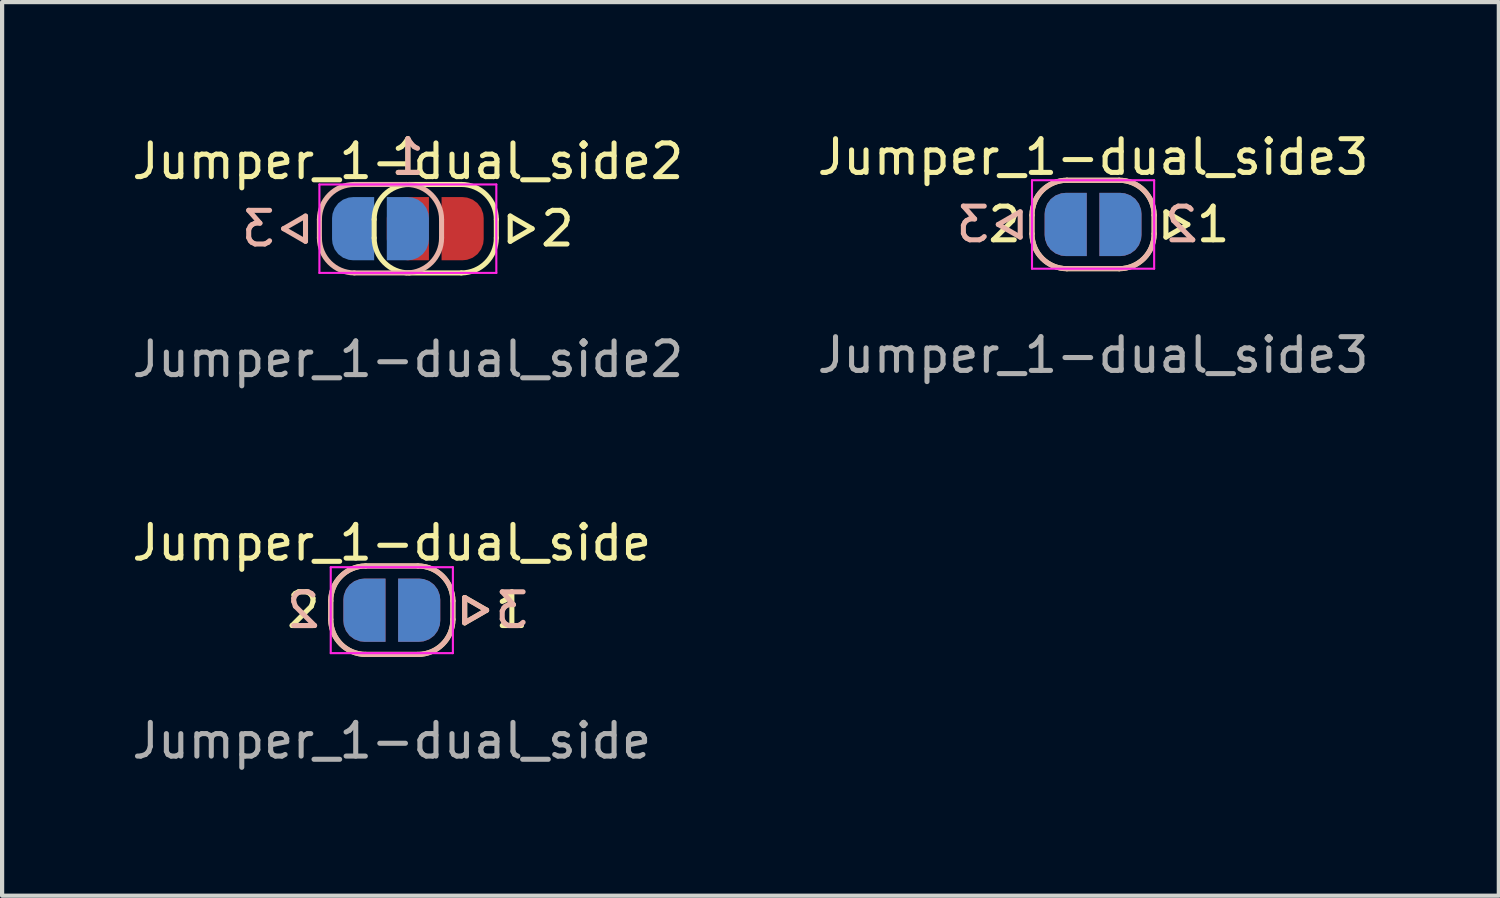
<source format=kicad_pcb>
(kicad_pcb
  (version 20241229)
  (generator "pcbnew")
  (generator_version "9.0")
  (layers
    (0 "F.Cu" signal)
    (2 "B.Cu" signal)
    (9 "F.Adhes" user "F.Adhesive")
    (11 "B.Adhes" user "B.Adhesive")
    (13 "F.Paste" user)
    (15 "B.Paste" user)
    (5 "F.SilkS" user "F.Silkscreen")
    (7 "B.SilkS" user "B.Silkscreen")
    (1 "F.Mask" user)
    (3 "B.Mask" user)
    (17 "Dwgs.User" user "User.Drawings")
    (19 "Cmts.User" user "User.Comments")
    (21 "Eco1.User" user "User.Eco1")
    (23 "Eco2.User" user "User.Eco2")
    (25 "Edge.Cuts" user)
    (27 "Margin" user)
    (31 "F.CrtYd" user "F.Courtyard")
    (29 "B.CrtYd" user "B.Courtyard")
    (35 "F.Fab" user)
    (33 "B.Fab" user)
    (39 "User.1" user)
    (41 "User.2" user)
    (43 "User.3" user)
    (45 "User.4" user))
  (footprint "Jumper_1-dual_side2"
    (layer "F.Cu")
    (at 6.633 2.379)
    (property "Reference" "Jumper_1-dual_side2" (at 0 -1.6 180) (layer "F.SilkS") (effects (font (size 0.8 0.8) (thickness 0.12))))
    (attr through_hole)
    (fp_line (start -0.8 -0.22) (end -0.8 0.22) (stroke (width 0.12) (type default)) (layer "F.SilkS"))
    (fp_line (start 1.27 -1.05) (end 0.03 -1.05) (stroke (width 0.12) (type default)) (layer "F.SilkS"))
    (fp_line (start 1.27 1.05) (end 0.03 1.05) (stroke (width 0.12) (type default)) (layer "F.SilkS"))
    (fp_line (start 2.1 -0.22) (end 2.1 0.22) (stroke (width 0.12) (type default)) (layer "F.SilkS"))
    (fp_line (start 2.43 -0.3) (end 2.95 0) (stroke (width 0.12) (type default)) (layer "F.SilkS"))
    (fp_line (start 2.43 0.3) (end 2.43 -0.3) (stroke (width 0.12) (type default)) (layer "F.SilkS"))
    (fp_line (start 2.43 0.3) (end 2.95 0) (stroke (width 0.12) (type default)) (layer "F.SilkS"))
    (fp_arc (start -0.8 -0.22) (mid -0.556899 -0.806899) (end 0.03 -1.05) (stroke (width 0.12) (type default)) (layer "F.SilkS"))
    (fp_arc (start 0.03 1.05) (mid -0.556899 0.806899) (end -0.8 0.22) (stroke (width 0.12) (type default)) (layer "F.SilkS"))
    (fp_arc (start 1.27 -1.05) (mid 1.8569 -0.806899) (end 2.1 -0.22) (stroke (width 0.12) (type default)) (layer "F.SilkS"))
    (fp_arc (start 2.1 0.22) (mid 1.856899 0.806899) (end 1.27 1.05) (stroke (width 0.12) (type default)) (layer "F.SilkS"))
    (fp_line (start -2.43 -0.3) (end -2.95 0) (stroke (width 0.12) (type default)) (layer "B.SilkS"))
    (fp_line (start -2.43 0.3) (end -2.95 0) (stroke (width 0.12) (type default)) (layer "B.SilkS"))
    (fp_line (start -2.43 0.3) (end -2.43 -0.3) (stroke (width 0.12) (type default)) (layer "B.SilkS"))
    (fp_line (start -2.1 -0.22) (end -2.1 0.22) (stroke (width 0.12) (type default)) (layer "B.SilkS"))
    (fp_line (start -1.27 -1.05) (end -0.03 -1.05) (stroke (width 0.12) (type default)) (layer "B.SilkS"))
    (fp_line (start -1.27 1.05) (end -0.03 1.05) (stroke (width 0.12) (type default)) (layer "B.SilkS"))
    (fp_line (start 0.8 -0.22) (end 0.8 0.22) (stroke (width 0.12) (type default)) (layer "B.SilkS"))
    (fp_arc (start -2.1 -0.22) (mid -1.856899 -0.806899) (end -1.27 -1.05) (stroke (width 0.12) (type default)) (layer "B.SilkS"))
    (fp_arc (start -1.27 1.05) (mid -1.856899 0.806899) (end -2.1 0.22) (stroke (width 0.12) (type default)) (layer "B.SilkS"))
    (fp_arc (start -0.03 -1.05) (mid 0.556899 -0.806899) (end 0.8 -0.22) (stroke (width 0.12) (type default)) (layer "B.SilkS"))
    (fp_arc (start 0.8 0.22) (mid 0.556899 0.806899) (end -0.03 1.05) (stroke (width 0.12) (type default)) (layer "B.SilkS"))
    (fp_line (start -2.1 -1.05) (end -2.1 1.05) (stroke (width 0.05) (type solid)) (layer "F.CrtYd"))
    (fp_line (start -2.1 1.05) (end 2.1 1.05) (stroke (width 0.05) (type default)) (layer "F.CrtYd"))
    (fp_line (start 2.1 -1.05) (end -2.1 -1.05) (stroke (width 0.05) (type default)) (layer "F.CrtYd"))
    (fp_line (start 2.1 -1.05) (end 2.1 1.05) (stroke (width 0.05) (type solid)) (layer "F.CrtYd"))
    (fp_text user "1" (at 0 -1.7 0) (layer "F.SilkS") (effects (font (size 0.8 0.8) (thickness 0.12))))
    (fp_text user "2" (at 3.55 0 0) (layer "F.SilkS") (effects (font (size 0.8 0.8) (thickness 0.12))))
    (fp_text user "1" (at 0 -1.7 0) (layer "B.SilkS") (effects (font (size 0.8 0.8) (thickness 0.12)) (justify mirror)))
    (fp_text user "3" (at -3.55 0 180) (layer "B.SilkS") (effects (font (size 0.8 0.8) (thickness 0.12)) (justify mirror)))
    (fp_text user "${REFERENCE}" (at 0 3.1 180) (layer "F.Fab") (effects (font (size 0.8 0.8) (thickness 0.12))))
    (pad "1" smd roundrect (at 0 0 180) (size 1 1.5) (layers "F.Cu" "F.Mask" "F.Paste") (roundrect_rratio 0.5) (chamfer_ratio 0) (chamfer top_left bottom_left))
    (pad "1" smd roundrect (at 0 0 180) (size 1 1.5) (layers "B.Cu" "B.Mask" "B.Paste") (roundrect_rratio 0.5) (chamfer_ratio 0) (chamfer top_right bottom_right))
    (pad "2" smd roundrect (at 1.3 0) (size 1 1.5) (layers "F.Cu" "F.Mask" "F.Paste") (roundrect_rratio 0.5) (chamfer_ratio 0) (chamfer top_left bottom_left))
    (pad "3" smd roundrect (at -1.3 0) (size 1 1.5) (layers "B.Cu" "B.Mask" "B.Paste") (roundrect_rratio 0.5) (chamfer_ratio 0) (chamfer top_right bottom_right)))
  (footprint "Jumper_1-dual_side3"
    (layer "F.Cu")
    (at 22.9 2.279)
    (property "Reference" "Jumper_1-dual_side3" (at 0 -1.6 180) (layer "F.SilkS") (effects (font (size 0.8 0.8) (thickness 0.12))))
    (attr exclude_from_pos_files exclude_from_bom allow_soldermask_bridges)
    (fp_rect (start -0.15 -0.75) (end 0.15 0.75) (stroke (width 0) (type default)) (fill yes) (layer "F.Mask"))
    (fp_rect (start -0.15 -0.75) (end 0.15 0.75) (stroke (width 0) (type default)) (fill yes) (layer "B.Mask"))
    (fp_line (start -1.45 -0.22) (end -1.45 0.22) (stroke (width 0.12) (type default)) (layer "F.SilkS"))
    (fp_line (start 0.62 -1.05) (end -0.62 -1.05) (stroke (width 0.12) (type default)) (layer "F.SilkS"))
    (fp_line (start 0.62 1.05) (end -0.62 1.05) (stroke (width 0.12) (type default)) (layer "F.SilkS"))
    (fp_line (start 1.45 -0.22) (end 1.45 0.22) (stroke (width 0.12) (type default)) (layer "F.SilkS"))
    (fp_line (start 1.73 -0.3) (end 2.25 0) (stroke (width 0.12) (type default)) (layer "F.SilkS"))
    (fp_line (start 1.73 0.3) (end 1.73 -0.3) (stroke (width 0.12) (type default)) (layer "F.SilkS"))
    (fp_line (start 1.73 0.3) (end 2.25 0) (stroke (width 0.12) (type default)) (layer "F.SilkS"))
    (fp_arc (start -1.45 -0.22) (mid -1.206899 -0.806899) (end -0.62 -1.05) (stroke (width 0.12) (type default)) (layer "F.SilkS"))
    (fp_arc (start -0.62 1.05) (mid -1.206899 0.806899) (end -1.45 0.22) (stroke (width 0.12) (type default)) (layer "F.SilkS"))
    (fp_arc (start 0.62 -1.05) (mid 1.206899 -0.806899) (end 1.45 -0.22) (stroke (width 0.12) (type default)) (layer "F.SilkS"))
    (fp_arc (start 1.45 0.22) (mid 1.206899 0.806899) (end 0.62 1.05) (stroke (width 0.12) (type default)) (layer "F.SilkS"))
    (fp_line (start -1.73 -0.3) (end -2.25 0) (stroke (width 0.12) (type default)) (layer "B.SilkS"))
    (fp_line (start -1.73 -0.3) (end -1.73 0.3) (stroke (width 0.12) (type default)) (layer "B.SilkS"))
    (fp_line (start -1.73 0.3) (end -2.25 0) (stroke (width 0.12) (type default)) (layer "B.SilkS"))
    (fp_line (start -1.45 -0.22) (end -1.45 0.22) (stroke (width 0.12) (type default)) (layer "B.SilkS"))
    (fp_line (start -0.62 -1.05) (end 0.62 -1.05) (stroke (width 0.12) (type default)) (layer "B.SilkS"))
    (fp_line (start -0.62 1.05) (end 0.62 1.05) (stroke (width 0.12) (type default)) (layer "B.SilkS"))
    (fp_line (start 1.45 -0.22) (end 1.45 0.22) (stroke (width 0.12) (type default)) (layer "B.SilkS"))
    (fp_arc (start -1.45 -0.22) (mid -1.206899 -0.806899) (end -0.62 -1.05) (stroke (width 0.12) (type default)) (layer "B.SilkS"))
    (fp_arc (start -0.62 1.05) (mid -1.206899 0.806899) (end -1.45 0.22) (stroke (width 0.12) (type default)) (layer "B.SilkS"))
    (fp_arc (start 0.62 -1.05) (mid 1.206899 -0.806899) (end 1.45 -0.22) (stroke (width 0.12) (type default)) (layer "B.SilkS"))
    (fp_arc (start 1.45 0.22) (mid 1.206899 0.806899) (end 0.62 1.05) (stroke (width 0.12) (type default)) (layer "B.SilkS"))
    (fp_line (start -1.45 -1.05) (end -1.45 1.05) (stroke (width 0.05) (type solid)) (layer "F.CrtYd"))
    (fp_line (start -1.45 1.05) (end 1.45 1.05) (stroke (width 0.05) (type default)) (layer "F.CrtYd"))
    (fp_line (start 1.45 -1.05) (end -1.45 -1.05) (stroke (width 0.05) (type default)) (layer "F.CrtYd"))
    (fp_line (start 1.45 -1.05) (end 1.45 1.05) (stroke (width 0.05) (type solid)) (layer "F.CrtYd"))
    (fp_text user "1" (at 2.85 0 0) (layer "F.SilkS") (effects (font (size 0.8 0.8) (thickness 0.12))))
    (fp_text user "2" (at -2.1 0 0) (layer "F.SilkS") (effects (font (size 0.8 0.8) (thickness 0.12))))
    (fp_text user "2" (at 2.1 0 0) (layer "B.SilkS") (effects (font (size 0.8 0.8) (thickness 0.12)) (justify mirror)))
    (fp_text user "3" (at -2.85 0 0) (layer "B.SilkS") (effects (font (size 0.8 0.8) (thickness 0.12)) (justify mirror)))
    (fp_text user "${REFERENCE}" (at 0 3.1 180) (layer "F.Fab") (effects (font (size 0.8 0.8) (thickness 0.12))))
    (pad "1" smd roundrect (at 0.65 0 180) (size 1 1.5) (layers "F.Cu" "F.Mask") (roundrect_rratio 0.5) (chamfer_ratio 0) (chamfer top_right bottom_right))
    (pad "2" smd roundrect (at -0.65 0) (size 1 1.5) (layers "F.Cu" "F.Mask") (roundrect_rratio 0.5) (chamfer_ratio 0) (chamfer top_right bottom_right))
    (pad "2" smd roundrect (at 0.65 0) (size 1 1.5) (layers "B.Cu" "B.Mask") (roundrect_rratio 0.5) (chamfer_ratio 0) (chamfer top_left bottom_left))
    (pad "3" smd roundrect (at -0.65 0 180) (size 1 1.5) (layers "B.Cu" "B.Mask") (roundrect_rratio 0.5) (chamfer_ratio 0) (chamfer top_left bottom_left)))
  (footprint "Jumper_1-dual_side"
    (layer "F.Cu")
    (at 6.252 11.436)
    (property "Reference" "Jumper_1-dual_side" (at 0 -1.6 180) (layer "F.SilkS") (effects (font (size 0.8 0.8) (thickness 0.12))))
    (attr exclude_from_pos_files exclude_from_bom)
    (fp_rect (start -0.15 -0.75) (end 0.15 0.75) (stroke (width 0) (type default)) (fill yes) (layer "F.Mask"))
    (fp_rect (start -0.15 -0.75) (end 0.15 0.75) (stroke (width 0) (type default)) (fill yes) (layer "B.Mask"))
    (fp_line (start -1.45 -0.22) (end -1.45 0.22) (stroke (width 0.12) (type default)) (layer "F.SilkS"))
    (fp_line (start 0.62 -1.05) (end -0.62 -1.05) (stroke (width 0.12) (type default)) (layer "F.SilkS"))
    (fp_line (start 0.62 1.05) (end -0.62 1.05) (stroke (width 0.12) (type default)) (layer "F.SilkS"))
    (fp_line (start 1.45 -0.22) (end 1.45 0.22) (stroke (width 0.12) (type default)) (layer "F.SilkS"))
    (fp_line (start 1.73 -0.3) (end 2.25 0) (stroke (width 0.12) (type default)) (layer "F.SilkS"))
    (fp_line (start 1.73 0.3) (end 1.73 -0.3) (stroke (width 0.12) (type default)) (layer "F.SilkS"))
    (fp_line (start 1.73 0.3) (end 2.25 0) (stroke (width 0.12) (type default)) (layer "F.SilkS"))
    (fp_arc (start -1.45 -0.22) (mid -1.206899 -0.806899) (end -0.62 -1.05) (stroke (width 0.12) (type default)) (layer "F.SilkS"))
    (fp_arc (start -0.62 1.05) (mid -1.206899 0.806899) (end -1.45 0.22) (stroke (width 0.12) (type default)) (layer "F.SilkS"))
    (fp_arc (start 0.62 -1.05) (mid 1.206899 -0.806899) (end 1.45 -0.22) (stroke (width 0.12) (type default)) (layer "F.SilkS"))
    (fp_arc (start 1.45 0.22) (mid 1.206899 0.806899) (end 0.62 1.05) (stroke (width 0.12) (type default)) (layer "F.SilkS"))
    (fp_line (start -1.45 -0.22) (end -1.45 0.22) (stroke (width 0.12) (type default)) (layer "B.SilkS"))
    (fp_line (start -0.62 -1.05) (end 0.62 -1.05) (stroke (width 0.12) (type default)) (layer "B.SilkS"))
    (fp_line (start -0.62 1.05) (end 0.62 1.05) (stroke (width 0.12) (type default)) (layer "B.SilkS"))
    (fp_line (start 1.45 -0.22) (end 1.45 0.22) (stroke (width 0.12) (type default)) (layer "B.SilkS"))
    (fp_line (start 1.73 -0.3) (end 1.73 0.3) (stroke (width 0.12) (type default)) (layer "B.SilkS"))
    (fp_line (start 1.73 -0.3) (end 2.25 0) (stroke (width 0.12) (type default)) (layer "B.SilkS"))
    (fp_line (start 1.73 0.3) (end 2.25 0) (stroke (width 0.12) (type default)) (layer "B.SilkS"))
    (fp_arc (start -1.45 -0.22) (mid -1.206899 -0.806899) (end -0.62 -1.05) (stroke (width 0.12) (type default)) (layer "B.SilkS"))
    (fp_arc (start -0.62 1.05) (mid -1.206899 0.806899) (end -1.45 0.22) (stroke (width 0.12) (type default)) (layer "B.SilkS"))
    (fp_arc (start 0.62 -1.05) (mid 1.206899 -0.806899) (end 1.45 -0.22) (stroke (width 0.12) (type default)) (layer "B.SilkS"))
    (fp_arc (start 1.45 0.22) (mid 1.206899 0.806899) (end 0.62 1.05) (stroke (width 0.12) (type default)) (layer "B.SilkS"))
    (fp_line (start -1.45 -1.02) (end -1.45 1.02) (stroke (width 0.05) (type solid)) (layer "F.CrtYd"))
    (fp_line (start -1.45 1.02) (end 1.45 1.02) (stroke (width 0.05) (type default)) (layer "F.CrtYd"))
    (fp_line (start 1.45 -1.02) (end -1.45 -1.02) (stroke (width 0.05) (type default)) (layer "F.CrtYd"))
    (fp_line (start 1.45 -1.02) (end 1.45 1.02) (stroke (width 0.05) (type solid)) (layer "F.CrtYd"))
    (fp_text user "2" (at -2.1 0 0) (layer "F.SilkS") (effects (font (size 0.8 0.8) (thickness 0.12))))
    (fp_text user "1" (at 2.85 0 0) (layer "F.SilkS") (effects (font (size 0.8 0.8) (thickness 0.12))))
    (fp_text user "3" (at 2.85 0 0) (layer "B.SilkS") (effects (font (size 0.8 0.8) (thickness 0.12)) (justify mirror)))
    (fp_text user "2" (at -2.1 0 0) (layer "B.SilkS") (effects (font (size 0.8 0.8) (thickness 0.12)) (justify mirror)))
    (fp_text user "${REFERENCE}" (at 0 3.1 180) (layer "F.Fab") (effects (font (size 0.8 0.8) (thickness 0.12))))
    (pad "1" smd roundrect (at 0.65 0 180) (size 1 1.5) (layers "F.Cu" "F.Mask") (roundrect_rratio 0.5) (chamfer_ratio 0) (chamfer top_right bottom_right))
    (pad "2" smd roundrect (at -0.65 0) (size 1 1.5) (layers "F.Cu" "F.Mask") (roundrect_rratio 0.5) (chamfer_ratio 0) (chamfer top_right bottom_right))
    (pad "2" smd roundrect (at -0.65 0 180) (size 1 1.5) (layers "B.Cu" "B.Mask") (roundrect_rratio 0.5) (chamfer_ratio 0) (chamfer top_left bottom_left))
    (pad "3" smd roundrect (at 0.65 0) (size 1 1.5) (layers "B.Cu" "B.Mask") (roundrect_rratio 0.5) (chamfer_ratio 0) (chamfer top_left bottom_left)))
  (gr_rect
    (start -3 -3)
    (end 32.533 18.214)
    (stroke (width 0.1) (type default))
    (fill no)
    (layer "Edge.Cuts")))
</source>
